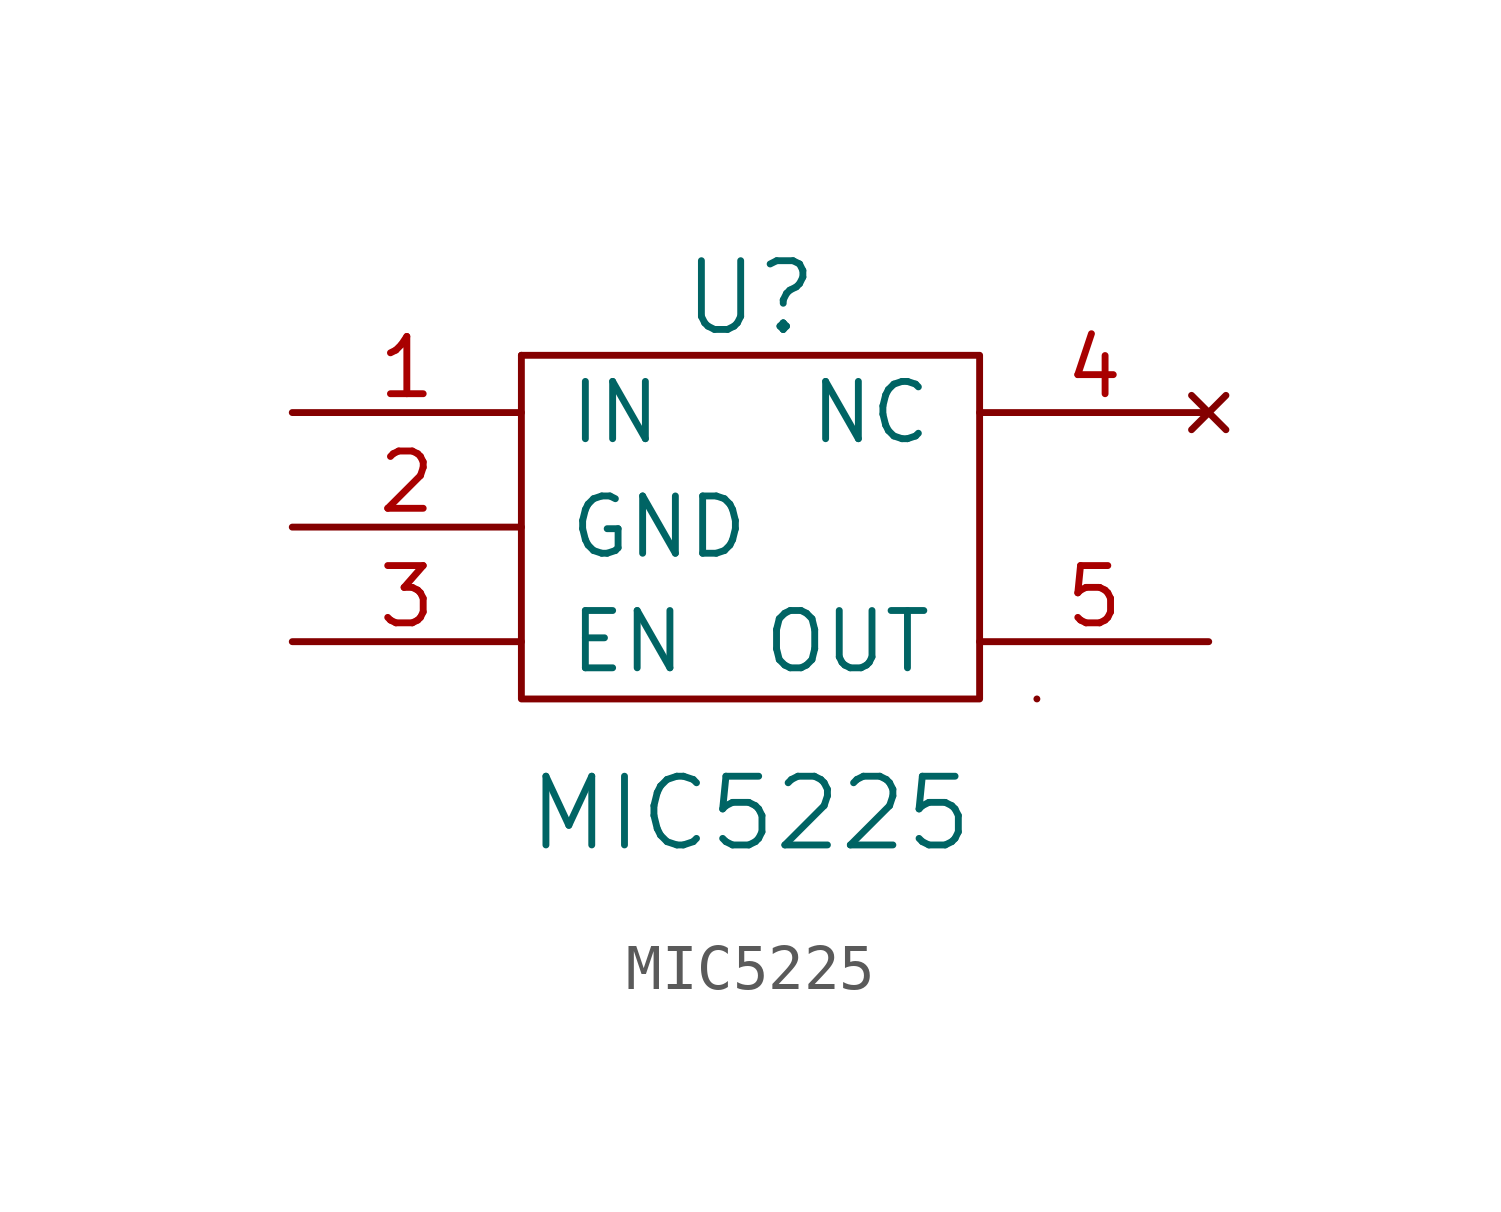
<source format=kicad_sym>
(kicad_symbol_lib
  (version 20231120)
  (generator "kicad_symbol_editor")
  (generator_version "8.0")
  (symbol "MIC5225"
    (pin_names
      (offset 1.016))
    (property "Reference" "U"
      (at 0 10.16 0)
      (effects (font (size 1.524 1.524))))
    (property "Value" "MIC5225"
      (at 0 -1.27 0)
      (effects (font (size 1.524 1.524))))
    (property "Footprint" ""
      (at 0 -1.27 0)
      (effects (font (size 1.524 1.524))))
    (property "Datasheet" ""
      (at 0 -1.27 0)
      (effects (font (size 1.524 1.524))))
    (symbol "MIC5225_0_1"
      (rectangle (start -5.08 8.89) (end -5.08 8.89) (stroke (width 0) (type default)) (fill (type none)))
      (rectangle (start 5.08 1.27) (end -5.08 8.89) (stroke (width 0) (type default)) (fill (type none)))
      (rectangle (start 6.35 1.27) (end 6.35 1.27) (stroke (width 0) (type default)) (fill (type none))))
    (symbol "MIC5225_1_1"
      (pin input line (at -10.16 7.62 0) (length 5.08) (name "IN" (effects (font (size 1.27 1.27)))) (number "1" (effects (font (size 1.27 1.27)))))
      (pin input line (at -10.16 5.08 0) (length 5.08) (name "GND" (effects (font (size 1.27 1.27)))) (number "2" (effects (font (size 1.27 1.27)))))
      (pin input line (at -10.16 2.54 0) (length 5.08) (name "EN" (effects (font (size 1.27 1.27)))) (number "3" (effects (font (size 1.27 1.27)))))
      (pin no_connect line (at 10.16 7.62 180) (length 5.08) (name "NC" (effects (font (size 1.27 1.27)))) (number "4" (effects (font (size 1.27 1.27)))))
      (pin output line (at 10.16 2.54 180) (length 5.08) (name "OUT" (effects (font (size 1.27 1.27)))) (number "5" (effects (font (size 1.27 1.27))))))))
</source>
